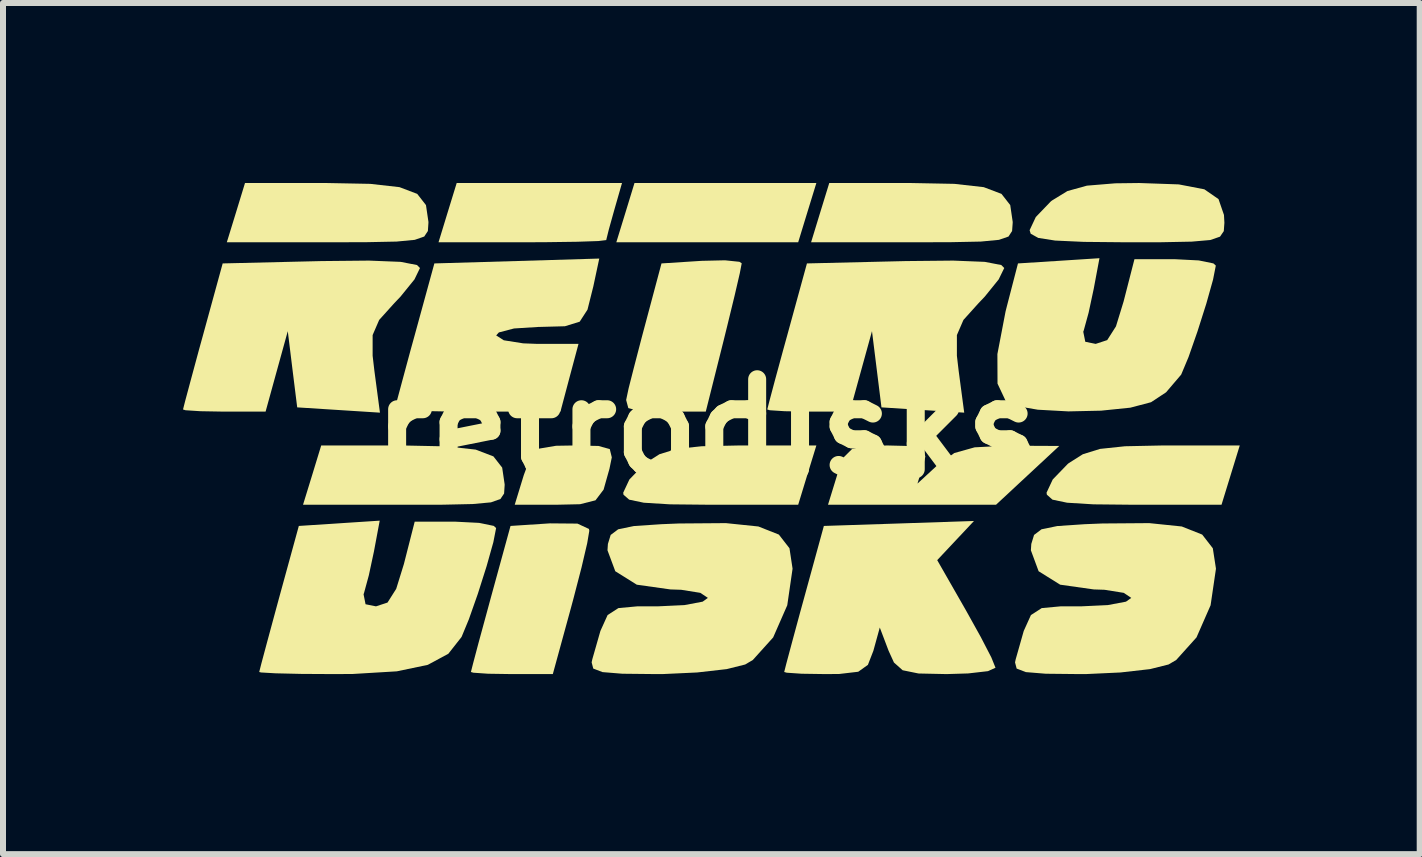
<source format=kicad_pcb>
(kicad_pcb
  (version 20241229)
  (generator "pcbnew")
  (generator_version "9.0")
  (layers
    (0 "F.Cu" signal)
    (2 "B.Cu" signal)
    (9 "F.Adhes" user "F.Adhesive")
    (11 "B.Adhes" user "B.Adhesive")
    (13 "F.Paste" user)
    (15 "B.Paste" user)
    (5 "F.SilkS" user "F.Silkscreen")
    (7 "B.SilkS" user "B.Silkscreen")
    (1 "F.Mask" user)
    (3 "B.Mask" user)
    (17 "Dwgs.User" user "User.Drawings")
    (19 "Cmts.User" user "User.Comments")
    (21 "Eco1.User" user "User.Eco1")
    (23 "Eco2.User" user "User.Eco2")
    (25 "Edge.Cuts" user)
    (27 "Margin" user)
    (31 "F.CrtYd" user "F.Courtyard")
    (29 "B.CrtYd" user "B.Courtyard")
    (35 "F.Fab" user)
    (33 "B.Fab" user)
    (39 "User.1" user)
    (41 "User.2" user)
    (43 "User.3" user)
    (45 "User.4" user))
  (footprint "retrodisks"
    (layer "F.Cu")
    (at 8.747 4.092)
    (property "Reference" "retrodisks" (at 0 0 0) (layer "F.SilkS") (effects (font (size 1.5 1.5) (thickness 0.3))))
    (attr board_only exclude_from_pos_files exclude_from_bom)
    (fp_poly (pts (xy 1.656 -3.598) (xy 1.505 -3.104) (xy -0.01 -3.104) (xy -1.526 -3.104) (xy -1.374 -3.598) (xy -1.223 -4.092) (xy 0.293 -4.092) (xy 1.808 -4.092)) (stroke (width 0) (type solid)) (fill yes) (layer "F.SilkS"))
    (fp_poly (pts (xy -1.562 -3.635) (xy -1.651 -3.316) (xy -1.693 -3.146) (xy -1.693 -3.141) (xy -1.824 -3.125) (xy -2.178 -3.113) (xy -2.693 -3.106) (xy -3.091 -3.104) (xy -4.489 -3.104) (xy -4.338 -3.598) (xy -4.186 -4.092) (xy -2.808 -4.092) (xy -1.431 -4.092)) (stroke (width 0) (type solid)) (fill yes) (layer "F.SilkS"))
    (fp_poly (pts (xy -1.824 0.29) (xy -1.635 0.342) (xy -1.601 0.48) (xy -1.64 0.67) (xy -1.738 1.018) (xy -1.873 1.196) (xy -2.13 1.261) (xy -2.535 1.27) (xy -3.219 1.27) (xy -3.068 0.776) (xy -2.958 0.479) (xy -2.81 0.334) (xy -2.53 0.287) (xy -2.231 0.282)) (stroke (width 0) (type solid)) (fill yes) (layer "F.SilkS"))
    (fp_poly (pts (xy -5.628 -4.078) (xy -5.139 -4.023) (xy -4.844 -3.911) (xy -4.698 -3.724) (xy -4.657 -3.445) (xy -4.657 -3.429) (xy -4.666 -3.292) (xy -4.727 -3.2) (xy -4.885 -3.145) (xy -5.189 -3.116) (xy -5.685 -3.106) (xy -6.337 -3.104) (xy -8.017 -3.104) (xy -7.865 -3.598) (xy -7.714 -4.092) (xy -6.355 -4.092)) (stroke (width 0) (type solid)) (fill yes) (layer "F.SilkS"))
    (fp_poly (pts (xy -4.358 0.297) (xy -3.869 0.351) (xy -3.574 0.464) (xy -3.428 0.651) (xy -3.387 0.929) (xy -3.387 0.945) (xy -3.396 1.083) (xy -3.457 1.174) (xy -3.615 1.23) (xy -3.919 1.258) (xy -4.415 1.269) (xy -5.067 1.27) (xy -6.747 1.27) (xy -6.595 0.776) (xy -6.444 0.282) (xy -5.085 0.282)) (stroke (width 0) (type solid)) (fill yes) (layer "F.SilkS"))
    (fp_poly (pts (xy 4.108 -4.078) (xy 4.597 -4.023) (xy 4.893 -3.911) (xy 5.039 -3.724) (xy 5.08 -3.445) (xy 5.08 -3.429) (xy 5.07 -3.292) (xy 5.01 -3.2) (xy 4.851 -3.145) (xy 4.547 -3.116) (xy 4.051 -3.106) (xy 3.4 -3.104) (xy 1.72 -3.104) (xy 1.871 -3.598) (xy 2.023 -4.092) (xy 3.382 -4.092)) (stroke (width 0) (type solid)) (fill yes) (layer "F.SilkS"))
    (fp_poly (pts (xy 1.656 0.776) (xy 1.505 1.27) (xy 0.047 1.27) (xy -0.63 1.263) (xy -1.068 1.236) (xy -1.312 1.185) (xy -1.406 1.103) (xy -1.411 1.069) (xy -1.308 0.849) (xy -1.059 0.591) (xy -1.039 0.575) (xy -0.807 0.428) (xy -0.52 0.339) (xy -0.104 0.295) (xy 0.514 0.282) (xy 0.57 0.282) (xy 1.808 0.282)) (stroke (width 0) (type solid)) (fill yes) (layer "F.SilkS"))
    (fp_poly (pts (xy 8.712 0.776) (xy 8.56 1.27) (xy 7.102 1.27) (xy 6.426 1.263) (xy 5.987 1.236) (xy 5.743 1.185) (xy 5.65 1.103) (xy 5.644 1.069) (xy 5.747 0.849) (xy 5.996 0.591) (xy 6.016 0.575) (xy 6.249 0.428) (xy 6.536 0.339) (xy 6.952 0.295) (xy 7.57 0.282) (xy 7.626 0.282) (xy 8.864 0.282)) (stroke (width 0) (type solid)) (fill yes) (layer "F.SilkS"))
    (fp_poly (pts (xy -2.174 1.584) (xy -1.982 1.673) (xy -1.976 1.704) (xy -2.011 1.911) (xy -2.105 2.313) (xy -2.24 2.833) (xy -2.28 2.982) (xy -2.584 4.092) (xy -3.268 4.092) (xy -3.662 4.086) (xy -3.908 4.069) (xy -3.949 4.057) (xy -3.913 3.915) (xy -3.82 3.564) (xy -3.685 3.069) (xy -3.618 2.822) (xy -3.289 1.623) (xy -2.632 1.58)) (stroke (width 0) (type solid)) (fill yes) (layer "F.SilkS"))
    (fp_poly (pts (xy 0.526 -2.779) (xy 0.564 -2.754) (xy 0.532 -2.588) (xy 0.446 -2.217) (xy 0.322 -1.708) (xy 0.265 -1.477) (xy -0.035 -0.282) (xy -0.726 -0.282) (xy -1.135 -0.29) (xy -1.326 -0.341) (xy -1.362 -0.476) (xy -1.321 -0.67) (xy -1.232 -1.019) (xy -1.103 -1.515) (xy -0.999 -1.905) (xy -0.773 -2.752) (xy -0.104 -2.795) (xy 0.285 -2.804)) (stroke (width 0) (type solid)) (fill yes) (layer "F.SilkS"))
    (fp_poly (pts (xy 3.405 0.292) (xy 3.594 0.343) (xy 3.624 0.469) (xy 3.59 0.6) (xy 3.493 0.917) (xy 3.837 0.6) (xy 4.107 0.408) (xy 4.446 0.313) (xy 4.954 0.286) (xy 5.019 0.286) (xy 5.856 0.29) (xy 5.329 0.78) (xy 4.802 1.27) (xy 3.402 1.27) (xy 2.002 1.27) (xy 2.154 0.776) (xy 2.262 0.481) (xy 2.409 0.335) (xy 2.686 0.287) (xy 2.997 0.282)) (stroke (width 0) (type solid)) (fill yes) (layer "F.SilkS"))
    (fp_poly (pts (xy 7.848 -4.069) (xy 8.274 -3.987) (xy 8.51 -3.824) (xy 8.601 -3.56) (xy 8.608 -3.429) (xy 8.598 -3.29) (xy 8.535 -3.198) (xy 8.373 -3.142) (xy 8.062 -3.115) (xy 7.554 -3.105) (xy 6.985 -3.104) (xy 6.266 -3.111) (xy 5.787 -3.133) (xy 5.506 -3.177) (xy 5.38 -3.247) (xy 5.362 -3.306) (xy 5.465 -3.525) (xy 5.714 -3.784) (xy 5.734 -3.8) (xy 5.992 -3.958) (xy 6.317 -4.048) (xy 6.79 -4.087) (xy 7.187 -4.092)) (stroke (width 0) (type solid)) (fill yes) (layer "F.SilkS"))
    (fp_poly (pts (xy -1.909 -2.369) (xy -2.006 -1.982) (xy -2.136 -1.781) (xy -2.382 -1.705) (xy -2.827 -1.693) (xy -2.831 -1.693) (xy -3.23 -1.668) (xy -3.483 -1.602) (xy -3.528 -1.552) (xy -3.401 -1.471) (xy -3.078 -1.42) (xy -2.842 -1.411) (xy -2.156 -1.411) (xy -2.307 -0.847) (xy -2.457 -0.282) (xy -3.839 -0.282) (xy -4.425 -0.286) (xy -4.887 -0.295) (xy -5.165 -0.308) (xy -5.219 -0.318) (xy -5.183 -0.46) (xy -5.089 -0.81) (xy -4.955 -1.306) (xy -4.887 -1.552) (xy -4.558 -2.752) (xy -3.184 -2.792) (xy -1.81 -2.833)) (stroke (width 0) (type solid)) (fill yes) (layer "F.SilkS"))
    (fp_poly (pts (xy -5.121 -2.778) (xy -4.847 -2.725) (xy -4.798 -2.675) (xy -4.89 -2.485) (xy -5.122 -2.199) (xy -5.224 -2.092) (xy -5.478 -1.81) (xy -5.587 -1.558) (xy -5.587 -1.213) (xy -5.558 -0.965) (xy -5.465 -0.265) (xy -6.154 -0.309) (xy -6.844 -0.353) (xy -6.923 -0.988) (xy -7.001 -1.623) (xy -7.186 -0.953) (xy -7.371 -0.282) (xy -8.06 -0.282) (xy -8.457 -0.289) (xy -8.705 -0.305) (xy -8.747 -0.318) (xy -8.711 -0.46) (xy -8.617 -0.81) (xy -8.483 -1.306) (xy -8.415 -1.552) (xy -8.086 -2.752) (xy -6.442 -2.791) (xy -5.648 -2.799)) (stroke (width 0) (type solid)) (fill yes) (layer "F.SilkS"))
    (fp_poly (pts (xy 4.616 -2.778) (xy 4.89 -2.725) (xy 4.939 -2.675) (xy 4.846 -2.485) (xy 4.615 -2.199) (xy 4.513 -2.092) (xy 4.259 -1.81) (xy 4.15 -1.558) (xy 4.15 -1.213) (xy 4.179 -0.965) (xy 4.272 -0.265) (xy 3.582 -0.309) (xy 2.893 -0.353) (xy 2.814 -0.988) (xy 2.735 -1.623) (xy 2.55 -0.953) (xy 2.365 -0.282) (xy 1.677 -0.282) (xy 1.28 -0.289) (xy 1.032 -0.305) (xy 0.99 -0.318) (xy 1.026 -0.46) (xy 1.119 -0.81) (xy 1.254 -1.306) (xy 1.322 -1.552) (xy 1.651 -2.752) (xy 3.295 -2.791) (xy 4.089 -2.799)) (stroke (width 0) (type solid)) (fill yes) (layer "F.SilkS"))
    (fp_poly (pts (xy 4.128 1.867) (xy 3.822 2.193) (xy 4.305 3.037) (xy 4.548 3.474) (xy 4.724 3.814) (xy 4.793 3.985) (xy 4.794 3.986) (xy 4.668 4.043) (xy 4.338 4.081) (xy 3.978 4.092) (xy 3.511 4.082) (xy 3.246 4.028) (xy 3.101 3.899) (xy 3.012 3.704) (xy 2.865 3.316) (xy 2.758 3.704) (xy 2.667 3.938) (xy 2.506 4.053) (xy 2.189 4.09) (xy 1.96 4.092) (xy 1.563 4.086) (xy 1.315 4.069) (xy 1.272 4.057) (xy 1.308 3.915) (xy 1.402 3.564) (xy 1.536 3.069) (xy 1.604 2.822) (xy 1.933 1.623) (xy 3.184 1.582) (xy 4.435 1.54)) (stroke (width 0) (type solid)) (fill yes) (layer "F.SilkS"))
    (fp_poly (pts (xy 6.43 -2.327) (xy 6.345 -1.93) (xy 6.264 -1.635) (xy 6.256 -1.613) (xy 6.29 -1.446) (xy 6.463 -1.411) (xy 6.655 -1.474) (xy 6.801 -1.703) (xy 6.928 -2.117) (xy 7.109 -2.822) (xy 7.788 -2.822) (xy 8.181 -2.802) (xy 8.425 -2.752) (xy 8.465 -2.716) (xy 8.419 -2.482) (xy 8.307 -2.083) (xy 8.16 -1.62) (xy 8.011 -1.193) (xy 7.89 -0.904) (xy 7.887 -0.898) (xy 7.636 -0.604) (xy 7.386 -0.439) (xy 7.041 -0.348) (xy 6.552 -0.298) (xy 6.008 -0.286) (xy 5.499 -0.314) (xy 5.116 -0.38) (xy 4.967 -0.452) (xy 4.827 -0.749) (xy 4.825 -1.241) (xy 4.961 -1.951) (xy 4.985 -2.046) (xy 5.168 -2.752) (xy 5.847 -2.795) (xy 6.526 -2.839)) (stroke (width 0) (type solid)) (fill yes) (layer "F.SilkS"))
    (fp_poly (pts (xy -5.565 2.048) (xy -5.65 2.445) (xy -5.73 2.739) (xy -5.738 2.762) (xy -5.705 2.928) (xy -5.531 2.963) (xy -5.339 2.9) (xy -5.194 2.671) (xy -5.066 2.258) (xy -4.886 1.552) (xy -4.207 1.552) (xy -3.813 1.572) (xy -3.569 1.622) (xy -3.529 1.658) (xy -3.575 1.893) (xy -3.687 2.292) (xy -3.834 2.755) (xy -3.984 3.181) (xy -4.104 3.471) (xy -4.108 3.477) (xy -4.325 3.753) (xy -4.668 3.938) (xy -5.184 4.046) (xy -5.917 4.09) (xy -6.216 4.092) (xy -6.773 4.089) (xy -7.204 4.079) (xy -7.446 4.065) (xy -7.477 4.057) (xy -7.441 3.915) (xy -7.347 3.564) (xy -7.213 3.069) (xy -7.146 2.822) (xy -6.817 1.623) (xy -6.143 1.579) (xy -5.469 1.535)) (stroke (width 0) (type solid)) (fill yes) (layer "F.SilkS"))
    (fp_poly (pts (xy 0.842 1.632) (xy 1.183 1.767) (xy 1.36 1.995) (xy 1.411 2.332) (xy 1.411 2.339) (xy 1.323 2.945) (xy 1.088 3.481) (xy 0.749 3.857) (xy 0.622 3.932) (xy 0.314 4.009) (xy -0.179 4.065) (xy -0.759 4.092) (xy -0.863 4.092) (xy -1.425 4.086) (xy -1.756 4.059) (xy -1.91 4) (xy -1.937 3.897) (xy -1.926 3.845) (xy -1.791 3.373) (xy -1.671 3.108) (xy -1.491 2.992) (xy -1.177 2.963) (xy -0.837 2.963) (xy -0.39 2.942) (xy -0.087 2.885) (xy 0 2.822) (xy -0.126 2.738) (xy -0.444 2.687) (xy -0.625 2.681) (xy -1.185 2.602) (xy -1.543 2.378) (xy -1.673 2.029) (xy -1.666 1.923) (xy -1.62 1.773) (xy -1.495 1.679) (xy -1.234 1.625) (xy -0.776 1.594) (xy -0.482 1.582) (xy 0.3 1.576)) (stroke (width 0) (type solid)) (fill yes) (layer "F.SilkS"))
    (fp_poly (pts (xy 7.898 1.632) (xy 8.238 1.767) (xy 8.415 1.995) (xy 8.467 2.332) (xy 8.467 2.339) (xy 8.378 2.945) (xy 8.143 3.481) (xy 7.805 3.857) (xy 7.677 3.932) (xy 7.369 4.009) (xy 6.876 4.065) (xy 6.296 4.092) (xy 6.193 4.092) (xy 5.631 4.086) (xy 5.299 4.059) (xy 5.146 4) (xy 5.119 3.897) (xy 5.13 3.845) (xy 5.264 3.373) (xy 5.384 3.108) (xy 5.564 2.992) (xy 5.878 2.963) (xy 6.218 2.963) (xy 6.665 2.942) (xy 6.968 2.885) (xy 7.056 2.822) (xy 6.93 2.738) (xy 6.611 2.687) (xy 6.431 2.681) (xy 5.871 2.602) (xy 5.512 2.378) (xy 5.383 2.029) (xy 5.39 1.923) (xy 5.436 1.773) (xy 5.56 1.679) (xy 5.822 1.625) (xy 6.279 1.594) (xy 6.574 1.582) (xy 7.356 1.576)) (stroke (width 0) (type solid)) (fill yes) (layer "F.SilkS")))
  (gr_rect
    (start -3 -3)
    (end 20.61 11.184)
    (stroke (width 0.1) (type default))
    (fill no)
    (layer "Edge.Cuts")))
</source>
